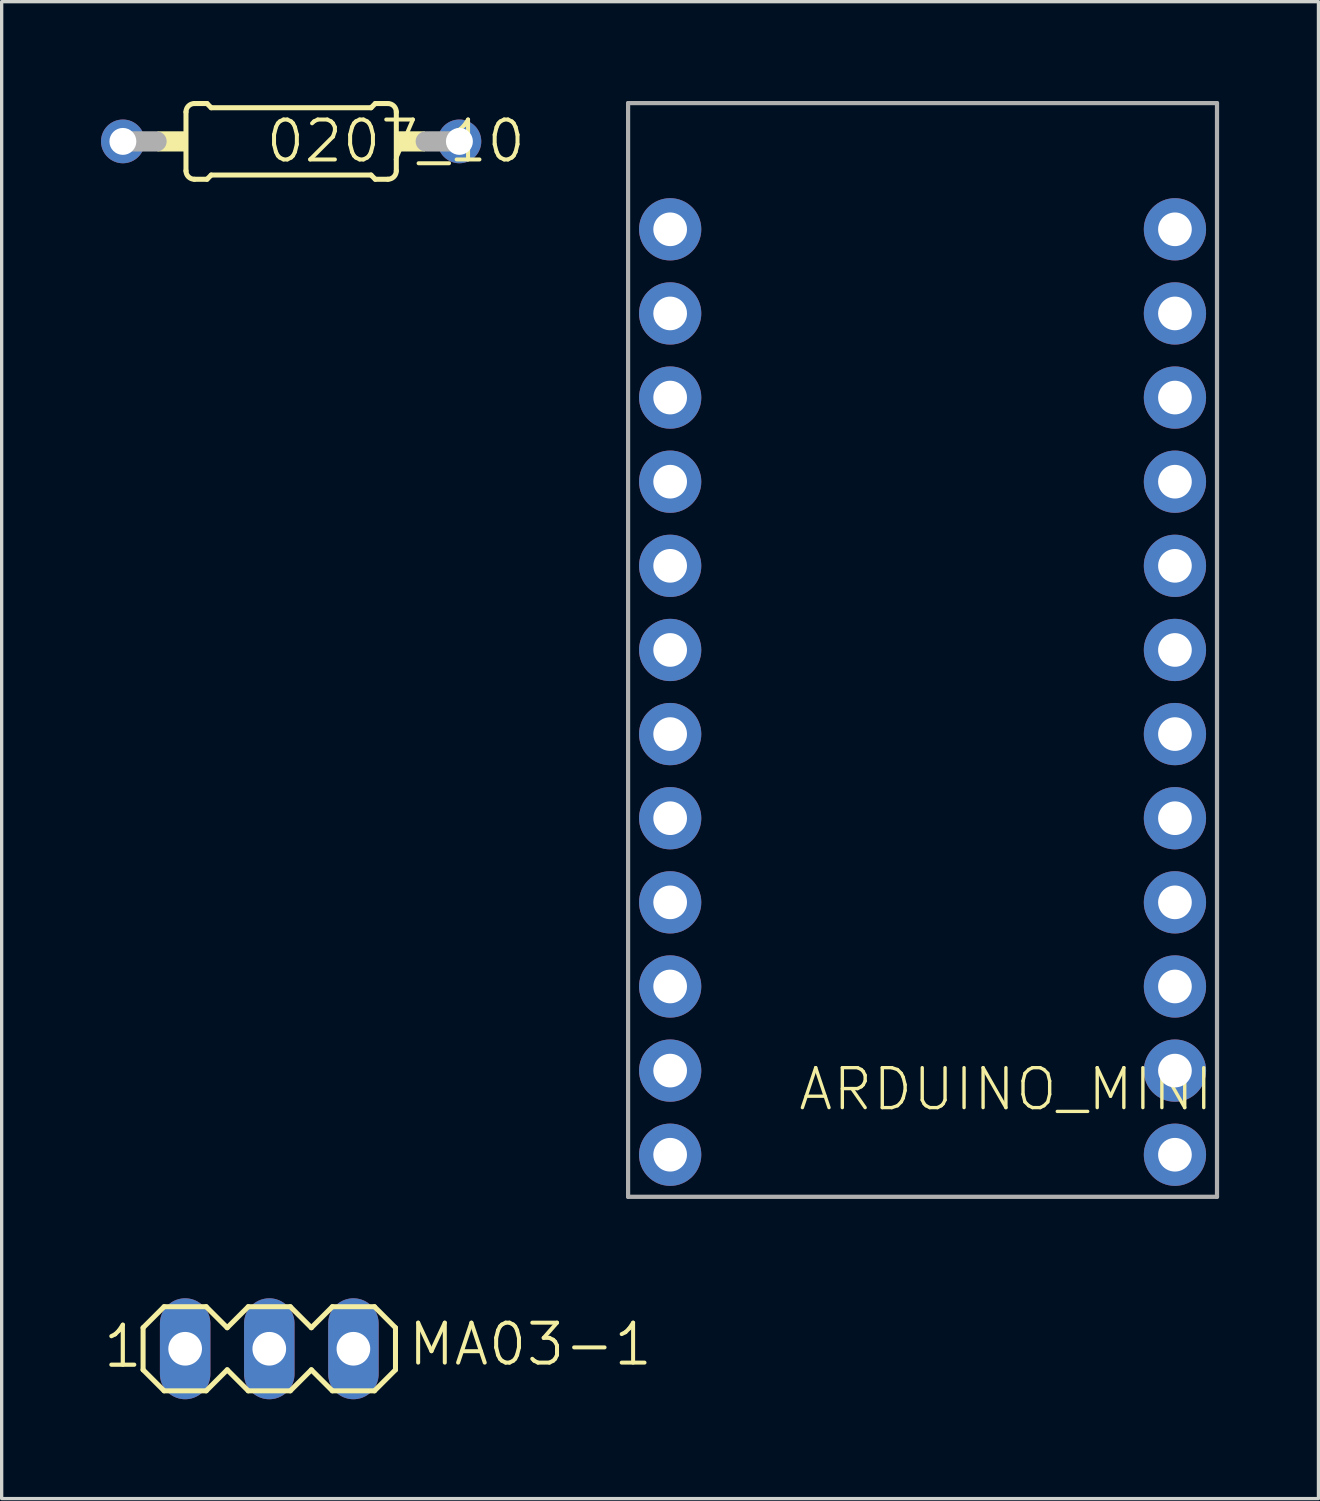
<source format=kicad_pcb>
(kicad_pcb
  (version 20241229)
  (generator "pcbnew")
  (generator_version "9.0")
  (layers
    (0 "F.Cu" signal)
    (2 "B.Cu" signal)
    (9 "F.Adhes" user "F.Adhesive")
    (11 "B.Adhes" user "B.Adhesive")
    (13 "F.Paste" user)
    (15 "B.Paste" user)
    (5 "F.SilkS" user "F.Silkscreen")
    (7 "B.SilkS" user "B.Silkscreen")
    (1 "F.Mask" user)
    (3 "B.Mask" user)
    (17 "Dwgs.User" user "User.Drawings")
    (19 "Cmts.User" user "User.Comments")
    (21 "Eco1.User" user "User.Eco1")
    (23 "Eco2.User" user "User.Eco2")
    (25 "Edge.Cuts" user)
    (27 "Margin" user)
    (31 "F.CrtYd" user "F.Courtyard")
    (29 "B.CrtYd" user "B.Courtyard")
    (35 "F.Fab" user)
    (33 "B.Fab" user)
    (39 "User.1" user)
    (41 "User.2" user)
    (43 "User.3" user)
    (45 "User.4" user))
  (footprint "MA03-1"
    (layer "F.Cu")
    (at 5.08 37.671)
    (property "Reference" "MA03-1" (at 4.128 0.572 180) (layer "F.SilkS") (effects (font (size 1.206 1.206) (thickness 0.121)) (justify left bottom)))
    (attr through_hole)
    (fp_line (start -3.81 -0.635) (end -3.81 0.635) (stroke (width 0.152) (type solid)) (layer "F.SilkS"))
    (fp_line (start -3.81 0.635) (end -3.175 1.27) (stroke (width 0.152) (type solid)) (layer "F.SilkS"))
    (fp_line (start -3.175 -1.27) (end -3.81 -0.635) (stroke (width 0.152) (type solid)) (layer "F.SilkS"))
    (fp_line (start -3.175 -1.27) (end -1.905 -1.27) (stroke (width 0.152) (type solid)) (layer "F.SilkS"))
    (fp_line (start -1.905 -1.27) (end -1.27 -0.635) (stroke (width 0.152) (type solid)) (layer "F.SilkS"))
    (fp_line (start -1.905 1.27) (end -3.175 1.27) (stroke (width 0.152) (type solid)) (layer "F.SilkS"))
    (fp_line (start -1.27 -0.635) (end -0.635 -1.27) (stroke (width 0.152) (type solid)) (layer "F.SilkS"))
    (fp_line (start -1.27 0.635) (end -1.905 1.27) (stroke (width 0.152) (type solid)) (layer "F.SilkS"))
    (fp_line (start -0.635 -1.27) (end 0.635 -1.27) (stroke (width 0.152) (type solid)) (layer "F.SilkS"))
    (fp_line (start -0.635 1.27) (end -1.27 0.635) (stroke (width 0.152) (type solid)) (layer "F.SilkS"))
    (fp_line (start 0.635 -1.27) (end 1.27 -0.635) (stroke (width 0.152) (type solid)) (layer "F.SilkS"))
    (fp_line (start 0.635 1.27) (end -0.635 1.27) (stroke (width 0.152) (type solid)) (layer "F.SilkS"))
    (fp_line (start 1.27 -0.635) (end 1.905 -1.27) (stroke (width 0.152) (type solid)) (layer "F.SilkS"))
    (fp_line (start 1.27 0.635) (end 0.635 1.27) (stroke (width 0.152) (type solid)) (layer "F.SilkS"))
    (fp_line (start 1.905 -1.27) (end 3.175 -1.27) (stroke (width 0.152) (type solid)) (layer "F.SilkS"))
    (fp_line (start 1.905 1.27) (end 1.27 0.635) (stroke (width 0.152) (type solid)) (layer "F.SilkS"))
    (fp_line (start 3.175 -1.27) (end 3.81 -0.635) (stroke (width 0.152) (type solid)) (layer "F.SilkS"))
    (fp_line (start 3.175 1.27) (end 1.905 1.27) (stroke (width 0.152) (type solid)) (layer "F.SilkS"))
    (fp_line (start 3.81 -0.635) (end 3.81 0.635) (stroke (width 0.152) (type solid)) (layer "F.SilkS"))
    (fp_line (start 3.81 0.635) (end 3.175 1.27) (stroke (width 0.152) (type solid)) (layer "F.SilkS"))
    (fp_poly (pts (xy -2.794 0.254) (xy -2.286 0.254) (xy -2.286 -0.254) (xy -2.794 -0.254)) (stroke (width 0.1) (type solid)) (fill no) (layer "F.Fab"))
    (fp_poly (pts (xy -0.254 0.254) (xy 0.254 0.254) (xy 0.254 -0.254) (xy -0.254 -0.254)) (stroke (width 0.1) (type solid)) (fill no) (layer "F.Fab"))
    (fp_poly (pts (xy 2.286 0.254) (xy 2.794 0.254) (xy 2.794 -0.254) (xy 2.286 -0.254)) (stroke (width 0.1) (type solid)) (fill no) (layer "F.Fab"))
    (fp_text user "1" (at -5.08 0.635 0) (layer "F.SilkS") (effects (font (size 1.206 1.206) (thickness 0.127)) (justify left bottom)))
    (pad "1" thru_hole oval (at -2.54 0 90) (size 3.048 1.524) (drill 1.016) (layers "*.Cu" "*.Mask"))
    (pad "2" thru_hole oval (at 0 0 90) (size 3.048 1.524) (drill 1.016) (layers "*.Cu" "*.Mask"))
    (pad "3" thru_hole oval (at 2.54 0 90) (size 3.048 1.524) (drill 1.016) (layers "*.Cu" "*.Mask")))
  (footprint "0207_10"
    (layer "F.Cu")
    (at 5.74 1.219)
    (property "Reference" "0207_10" (at -0.826 0.699 180) (layer "F.SilkS") (effects (font (size 1.206 1.206) (thickness 0.121)) (justify left bottom)))
    (attr through_hole)
    (fp_line (start -3.175 0.889) (end -3.175 -0.889) (stroke (width 0.152) (type solid)) (layer "F.SilkS"))
    (fp_line (start -2.921 -1.143) (end -2.54 -1.143) (stroke (width 0.152) (type solid)) (layer "F.SilkS"))
    (fp_line (start -2.921 1.143) (end -2.54 1.143) (stroke (width 0.152) (type solid)) (layer "F.SilkS"))
    (fp_line (start -2.413 -1.016) (end -2.54 -1.143) (stroke (width 0.152) (type solid)) (layer "F.SilkS"))
    (fp_line (start -2.413 1.016) (end -2.54 1.143) (stroke (width 0.152) (type solid)) (layer "F.SilkS"))
    (fp_line (start 2.413 -1.016) (end -2.413 -1.016) (stroke (width 0.152) (type solid)) (layer "F.SilkS"))
    (fp_line (start 2.413 -1.016) (end 2.54 -1.143) (stroke (width 0.152) (type solid)) (layer "F.SilkS"))
    (fp_line (start 2.413 1.016) (end -2.413 1.016) (stroke (width 0.152) (type solid)) (layer "F.SilkS"))
    (fp_line (start 2.413 1.016) (end 2.54 1.143) (stroke (width 0.152) (type solid)) (layer "F.SilkS"))
    (fp_line (start 2.921 -1.143) (end 2.54 -1.143) (stroke (width 0.152) (type solid)) (layer "F.SilkS"))
    (fp_line (start 2.921 1.143) (end 2.54 1.143) (stroke (width 0.152) (type solid)) (layer "F.SilkS"))
    (fp_line (start 3.175 0.889) (end 3.175 -0.889) (stroke (width 0.152) (type solid)) (layer "F.SilkS"))
    (fp_arc (start -3.175 -0.889) (mid -3.100605 -1.068605) (end -2.921 -1.143) (stroke (width 0.1524) (type solid)) (layer "F.SilkS"))
    (fp_arc (start -2.921 1.143) (mid -3.100605 1.068605) (end -3.175 0.889) (stroke (width 0.1524) (type solid)) (layer "F.SilkS"))
    (fp_arc (start 2.921 -1.143) (mid 3.100605 -1.068605) (end 3.175 -0.889) (stroke (width 0.1524) (type solid)) (layer "F.SilkS"))
    (fp_arc (start 3.175 0.889) (mid 3.100605 1.068605) (end 2.921 1.143) (stroke (width 0.1524) (type solid)) (layer "F.SilkS"))
    (fp_poly (pts (xy -4.039 0.305) (xy -3.175 0.305) (xy -3.175 -0.305) (xy -4.039 -0.305)) (stroke (width 0) (type solid)) (fill yes) (layer "F.SilkS"))
    (fp_poly (pts (xy 3.175 0.305) (xy 4.039 0.305) (xy 4.039 -0.305) (xy 3.175 -0.305)) (stroke (width 0) (type solid)) (fill yes) (layer "F.SilkS"))
    (fp_line (start -5.08 0) (end -4.064 0) (stroke (width 0.61) (type solid)) (layer "F.Fab"))
    (fp_line (start 5.08 0) (end 4.064 0) (stroke (width 0.61) (type solid)) (layer "F.Fab"))
    (pad "1" thru_hole circle (at -5.08 0) (size 1.321 1.321) (drill 0.813) (layers "*.Cu" "*.Mask"))
    (pad "2" thru_hole circle (at 5.08 0) (size 1.321 1.321) (drill 0.813) (layers "*.Cu" "*.Mask")))
  (footprint "ARDUINO_MINI"
    (layer "F.Cu")
    (at 24.803 16.573)
    (property "Reference" "ARDUINO_MINI" (at -3.81 13.97 0) (layer "F.SilkS") (effects (font (size 1.206 1.206) (thickness 0.102)) (justify left bottom)))
    (attr through_hole)
    (fp_line (start -8.89 -16.51) (end -8.89 16.51) (stroke (width 0.127) (type solid)) (layer "F.Fab"))
    (fp_line (start -8.89 16.51) (end 8.89 16.51) (stroke (width 0.127) (type solid)) (layer "F.Fab"))
    (fp_line (start 8.89 -16.51) (end -8.89 -16.51) (stroke (width 0.127) (type solid)) (layer "F.Fab"))
    (fp_line (start 8.89 16.51) (end 8.89 -16.51) (stroke (width 0.127) (type solid)) (layer "F.Fab"))
    (pad "1" thru_hole circle (at -7.62 -12.7) (size 1.88 1.88) (drill 1.016) (layers "*.Cu" "*.Mask"))
    (pad "2" thru_hole circle (at -7.62 -10.16) (size 1.88 1.88) (drill 1.016) (layers "*.Cu" "*.Mask"))
    (pad "3" thru_hole circle (at -7.62 -7.62) (size 1.88 1.88) (drill 1.016) (layers "*.Cu" "*.Mask"))
    (pad "4" thru_hole circle (at -7.62 -5.08) (size 1.88 1.88) (drill 1.016) (layers "*.Cu" "*.Mask"))
    (pad "5" thru_hole circle (at -7.62 -2.54) (size 1.88 1.88) (drill 1.016) (layers "*.Cu" "*.Mask"))
    (pad "6" thru_hole circle (at -7.62 0) (size 1.88 1.88) (drill 1.016) (layers "*.Cu" "*.Mask"))
    (pad "7" thru_hole circle (at -7.62 2.54) (size 1.88 1.88) (drill 1.016) (layers "*.Cu" "*.Mask"))
    (pad "8" thru_hole circle (at -7.62 5.08) (size 1.88 1.88) (drill 1.016) (layers "*.Cu" "*.Mask"))
    (pad "9" thru_hole circle (at -7.62 7.62) (size 1.88 1.88) (drill 1.016) (layers "*.Cu" "*.Mask"))
    (pad "10" thru_hole circle (at -7.62 10.16) (size 1.88 1.88) (drill 1.016) (layers "*.Cu" "*.Mask"))
    (pad "11" thru_hole circle (at -7.62 12.7) (size 1.88 1.88) (drill 1.016) (layers "*.Cu" "*.Mask"))
    (pad "12" thru_hole circle (at -7.62 15.24) (size 1.88 1.88) (drill 1.016) (layers "*.Cu" "*.Mask"))
    (pad "13" thru_hole circle (at 7.62 15.24) (size 1.88 1.88) (drill 1.016) (layers "*.Cu" "*.Mask"))
    (pad "14" thru_hole circle (at 7.62 12.7) (size 1.88 1.88) (drill 1.016) (layers "*.Cu" "*.Mask"))
    (pad "15" thru_hole circle (at 7.62 10.16) (size 1.88 1.88) (drill 1.016) (layers "*.Cu" "*.Mask"))
    (pad "16" thru_hole circle (at 7.62 7.62) (size 1.88 1.88) (drill 1.016) (layers "*.Cu" "*.Mask"))
    (pad "17" thru_hole circle (at 7.62 5.08) (size 1.88 1.88) (drill 1.016) (layers "*.Cu" "*.Mask"))
    (pad "18" thru_hole circle (at 7.62 2.54) (size 1.88 1.88) (drill 1.016) (layers "*.Cu" "*.Mask"))
    (pad "19" thru_hole circle (at 7.62 0) (size 1.88 1.88) (drill 1.016) (layers "*.Cu" "*.Mask"))
    (pad "20" thru_hole circle (at 7.62 -2.54) (size 1.88 1.88) (drill 1.016) (layers "*.Cu" "*.Mask"))
    (pad "21" thru_hole circle (at 7.62 -5.08) (size 1.88 1.88) (drill 1.016) (layers "*.Cu" "*.Mask"))
    (pad "22" thru_hole circle (at 7.62 -7.62) (size 1.88 1.88) (drill 1.016) (layers "*.Cu" "*.Mask"))
    (pad "23" thru_hole circle (at 7.62 -10.16) (size 1.88 1.88) (drill 1.016) (layers "*.Cu" "*.Mask"))
    (pad "24" thru_hole circle (at 7.62 -12.7) (size 1.88 1.88) (drill 1.016) (layers "*.Cu" "*.Mask")))
  (gr_rect
    (start -3 -3)
    (end 36.756 42.195)
    (stroke (width 0.1) (type default))
    (fill no)
    (layer "Edge.Cuts")))
</source>
